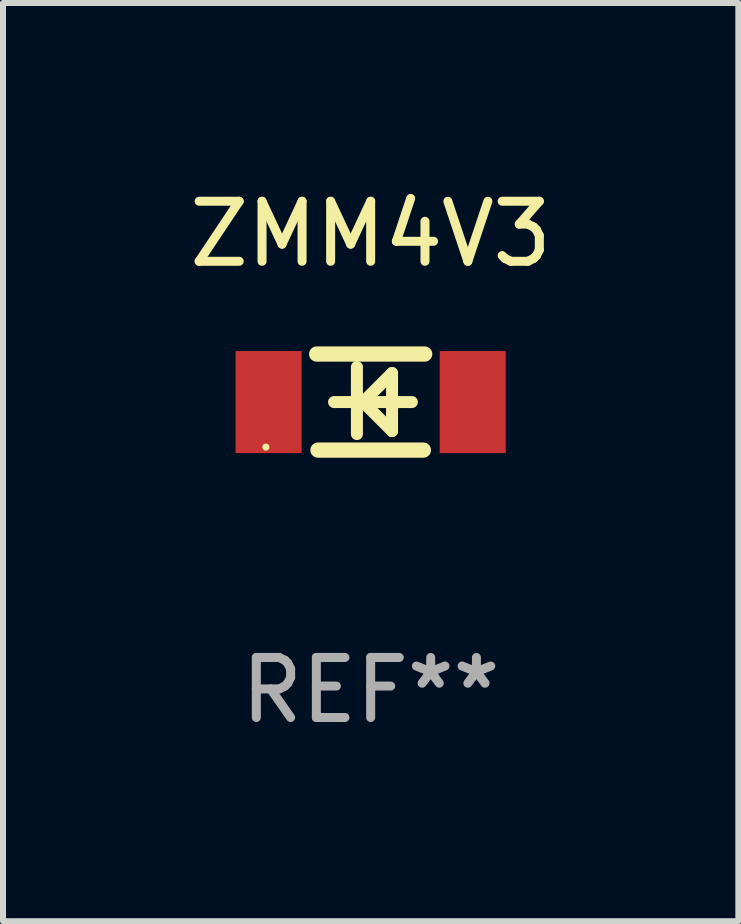
<source format=kicad_pcb>
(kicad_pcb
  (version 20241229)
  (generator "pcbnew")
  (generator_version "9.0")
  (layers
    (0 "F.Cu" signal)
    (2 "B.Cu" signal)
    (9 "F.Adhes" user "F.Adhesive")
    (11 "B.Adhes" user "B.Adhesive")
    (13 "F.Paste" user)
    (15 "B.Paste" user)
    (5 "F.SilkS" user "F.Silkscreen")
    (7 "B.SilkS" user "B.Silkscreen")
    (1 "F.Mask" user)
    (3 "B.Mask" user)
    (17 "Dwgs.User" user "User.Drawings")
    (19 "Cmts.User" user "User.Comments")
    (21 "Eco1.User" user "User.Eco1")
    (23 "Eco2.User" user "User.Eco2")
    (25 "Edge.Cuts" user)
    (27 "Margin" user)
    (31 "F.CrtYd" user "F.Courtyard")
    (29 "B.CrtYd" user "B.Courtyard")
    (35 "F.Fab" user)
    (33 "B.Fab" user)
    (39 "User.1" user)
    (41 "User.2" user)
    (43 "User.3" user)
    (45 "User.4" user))
  (footprint "ZMM4V3"
    (layer "F.Cu")
    (at 3.125 3.648)
    (property "Reference" "ZMM4V3" (at 0 -2.8 0) (layer "F.SilkS") (effects (font (size 1 1) (thickness 0.15))))
    (attr through_hole)
    (fp_line (start -0.9 -0.8) (end 0.9 -0.8) (stroke (width 0.254) (type solid)) (layer "F.SilkS"))
    (fp_line (start -0.878 0.8) (end 0.878 0.8) (stroke (width 0.254) (type solid)) (layer "F.SilkS"))
    (fp_line (start -0.61 0) (end 0.686 0) (stroke (width 0.2) (type solid)) (layer "F.SilkS"))
    (fp_line (start -0.229 -0.584) (end -0.229 0.533) (stroke (width 0.2) (type solid)) (layer "F.SilkS"))
    (fp_line (start -0.127 0) (end 0.356 -0.483) (stroke (width 0.2) (type solid)) (layer "F.SilkS"))
    (fp_line (start 0.356 -0.483) (end 0.356 0.483) (stroke (width 0.2) (type solid)) (layer "F.SilkS"))
    (fp_line (start 0.356 0.483) (end -0.102 0.025) (stroke (width 0.2) (type solid)) (layer "F.SilkS"))
    (fp_circle (center -1.746 0.75) (end -1.716 0.75) (stroke (width 0.06) (type solid)) (fill no) (layer "F.SilkS"))
    (fp_text user "REF**" (at 0 4.8 0) (layer "F.Fab") (effects (font (size 1 1) (thickness 0.15))))
    (pad "1" smd rect (at -1.7 0 180) (size 1.1 1.7) (layers "F.Cu" "F.Mask" "F.Paste"))
    (pad "2" smd rect (at 1.7 0 180) (size 1.1 1.7) (layers "F.Cu" "F.Mask" "F.Paste")))
  (gr_rect
    (start -3 -3)
    (end 9.25 12.296)
    (stroke (width 0.1) (type default))
    (fill no)
    (layer "Edge.Cuts")))
</source>
